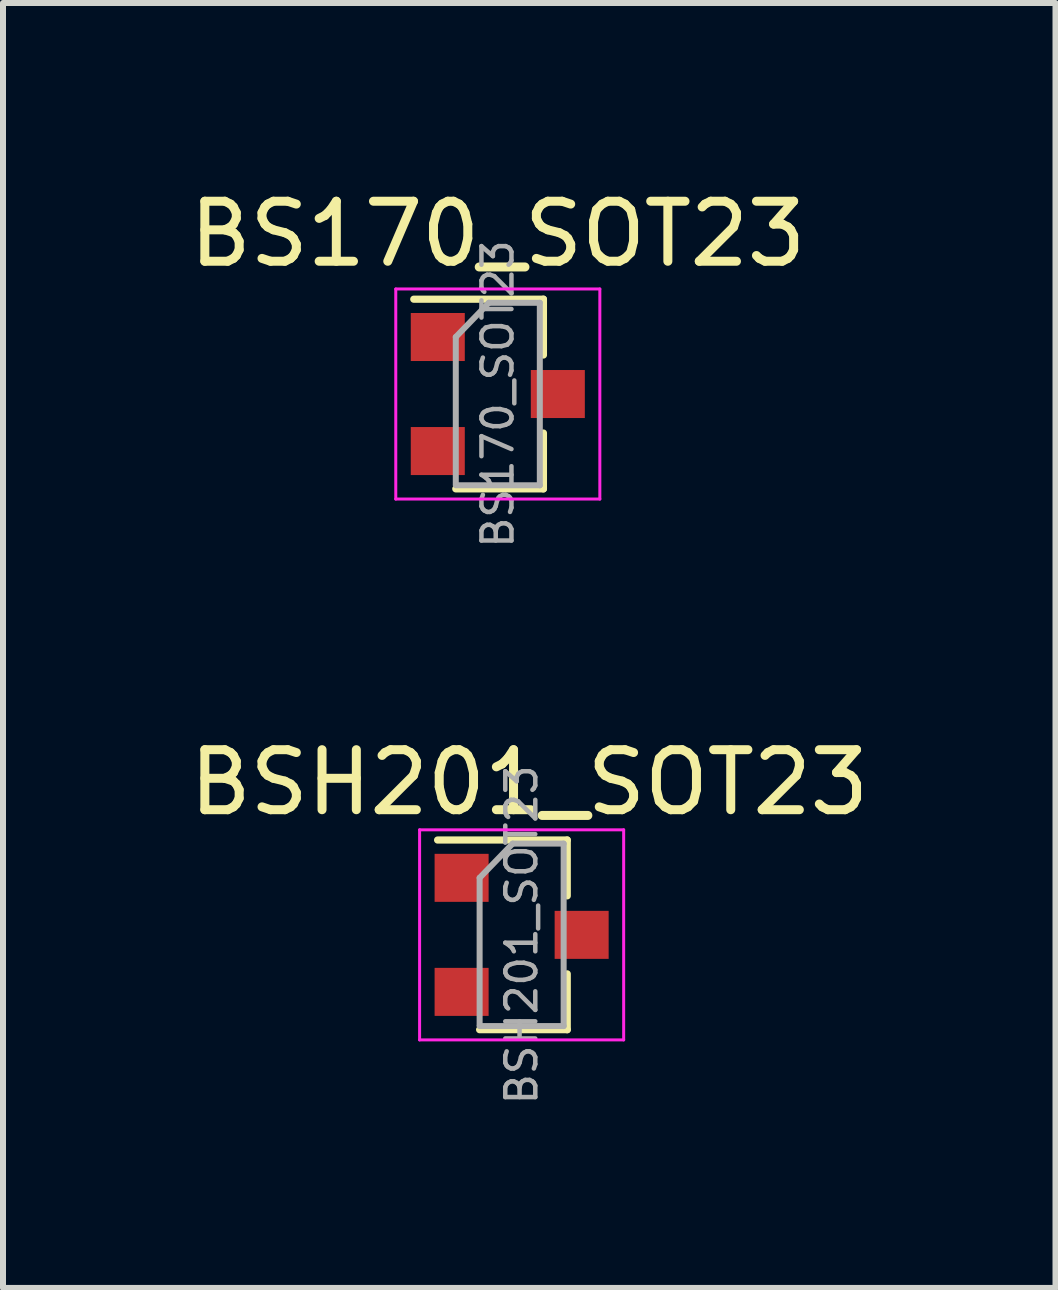
<source format=kicad_pcb>
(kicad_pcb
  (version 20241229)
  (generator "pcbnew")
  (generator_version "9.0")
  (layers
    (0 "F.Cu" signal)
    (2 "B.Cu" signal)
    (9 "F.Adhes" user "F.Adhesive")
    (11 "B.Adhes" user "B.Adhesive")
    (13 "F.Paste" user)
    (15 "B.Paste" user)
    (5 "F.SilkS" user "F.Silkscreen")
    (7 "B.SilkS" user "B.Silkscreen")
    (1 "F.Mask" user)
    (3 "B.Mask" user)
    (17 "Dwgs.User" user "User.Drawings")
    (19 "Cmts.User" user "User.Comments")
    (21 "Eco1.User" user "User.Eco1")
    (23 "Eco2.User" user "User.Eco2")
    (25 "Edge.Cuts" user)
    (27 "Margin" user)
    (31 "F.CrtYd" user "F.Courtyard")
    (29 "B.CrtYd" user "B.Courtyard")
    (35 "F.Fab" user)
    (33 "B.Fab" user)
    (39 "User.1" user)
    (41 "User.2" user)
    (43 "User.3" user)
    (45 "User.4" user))
  (footprint "BS170_SOT23"
    (layer "F.Cu")
    (at 5.244 1.737)
    (property "Reference" "BS170_SOT23" (at 0 -0.889 0) (layer "F.SilkS") (effects (font (size 1 1) (thickness 0.15))))
    (attr through_hole)
    (fp_line (start 0.76 0.198) (end -1.4 0.198) (stroke (width 0.12) (type solid)) (layer "F.SilkS"))
    (fp_line (start 0.76 0.198) (end 0.76 1.128) (stroke (width 0.12) (type solid)) (layer "F.SilkS"))
    (fp_line (start 0.76 3.358) (end -0.7 3.358) (stroke (width 0.12) (type solid)) (layer "F.SilkS"))
    (fp_line (start 0.76 3.358) (end 0.76 2.428) (stroke (width 0.12) (type solid)) (layer "F.SilkS"))
    (fp_line (start -1.7 0.028) (end 1.7 0.028) (stroke (width 0.05) (type solid)) (layer "F.CrtYd"))
    (fp_line (start -1.7 3.528) (end -1.7 0.028) (stroke (width 0.05) (type solid)) (layer "F.CrtYd"))
    (fp_line (start 1.7 0.028) (end 1.7 3.528) (stroke (width 0.05) (type solid)) (layer "F.CrtYd"))
    (fp_line (start 1.7 3.528) (end -1.7 3.528) (stroke (width 0.05) (type solid)) (layer "F.CrtYd"))
    (fp_line (start -0.7 0.828) (end -0.7 3.278) (stroke (width 0.1) (type solid)) (layer "F.Fab"))
    (fp_line (start -0.7 0.828) (end -0.15 0.258) (stroke (width 0.1) (type solid)) (layer "F.Fab"))
    (fp_line (start -0.7 3.298) (end 0.7 3.298) (stroke (width 0.1) (type solid)) (layer "F.Fab"))
    (fp_line (start -0.15 0.258) (end 0.7 0.258) (stroke (width 0.1) (type solid)) (layer "F.Fab"))
    (fp_line (start 0.7 0.258) (end 0.7 3.298) (stroke (width 0.1) (type solid)) (layer "F.Fab"))
    (fp_text user "${REFERENCE}" (at 0 1.778 90) (layer "F.Fab") (effects (font (size 0.5 0.5) (thickness 0.075))))
    (pad "1" smd rect (at 1 1.778) (size 0.9 0.8) (layers "F.Cu" "F.Mask" "F.Paste"))
    (pad "2" smd rect (at -1 0.828) (size 0.9 0.8) (layers "F.Cu" "F.Mask" "F.Paste"))
    (pad "3" smd rect (at -1 2.728) (size 0.9 0.8) (layers "F.Cu" "F.Mask" "F.Paste")))
  (footprint "BSH201_SOT23"
    (layer "F.Cu")
    (at 5.641 10.748)
    (property "Reference" "BSH201_SOT23" (at 0.127 -0.762 0) (layer "F.SilkS") (effects (font (size 1 1) (thickness 0.15))))
    (attr through_hole)
    (fp_line (start 0.76 0.198) (end -1.4 0.198) (stroke (width 0.12) (type solid)) (layer "F.SilkS"))
    (fp_line (start 0.76 0.198) (end 0.76 1.128) (stroke (width 0.12) (type solid)) (layer "F.SilkS"))
    (fp_line (start 0.76 3.358) (end -0.7 3.358) (stroke (width 0.12) (type solid)) (layer "F.SilkS"))
    (fp_line (start 0.76 3.358) (end 0.76 2.428) (stroke (width 0.12) (type solid)) (layer "F.SilkS"))
    (fp_line (start -1.7 0.028) (end 1.7 0.028) (stroke (width 0.05) (type solid)) (layer "F.CrtYd"))
    (fp_line (start -1.7 3.528) (end -1.7 0.028) (stroke (width 0.05) (type solid)) (layer "F.CrtYd"))
    (fp_line (start 1.7 0.028) (end 1.7 3.528) (stroke (width 0.05) (type solid)) (layer "F.CrtYd"))
    (fp_line (start 1.7 3.528) (end -1.7 3.528) (stroke (width 0.05) (type solid)) (layer "F.CrtYd"))
    (fp_line (start -0.7 0.828) (end -0.7 3.278) (stroke (width 0.1) (type solid)) (layer "F.Fab"))
    (fp_line (start -0.7 0.828) (end -0.15 0.258) (stroke (width 0.1) (type solid)) (layer "F.Fab"))
    (fp_line (start -0.7 3.298) (end 0.7 3.298) (stroke (width 0.1) (type solid)) (layer "F.Fab"))
    (fp_line (start -0.15 0.258) (end 0.7 0.258) (stroke (width 0.1) (type solid)) (layer "F.Fab"))
    (fp_line (start 0.7 0.258) (end 0.7 3.298) (stroke (width 0.1) (type solid)) (layer "F.Fab"))
    (fp_text user "${REFERENCE}" (at 0 1.778 90) (layer "F.Fab") (effects (font (size 0.5 0.5) (thickness 0.075))))
    (pad "1" smd rect (at -1 0.828) (size 0.9 0.8) (layers "F.Cu" "F.Mask" "F.Paste"))
    (pad "2" smd rect (at -1 2.728) (size 0.9 0.8) (layers "F.Cu" "F.Mask" "F.Paste"))
    (pad "3" smd rect (at 1 1.778) (size 0.9 0.8) (layers "F.Cu" "F.Mask" "F.Paste")))
  (gr_rect
    (start -3 -3)
    (end 14.536 18.409)
    (stroke (width 0.1) (type default))
    (fill no)
    (layer "Edge.Cuts")))
</source>
